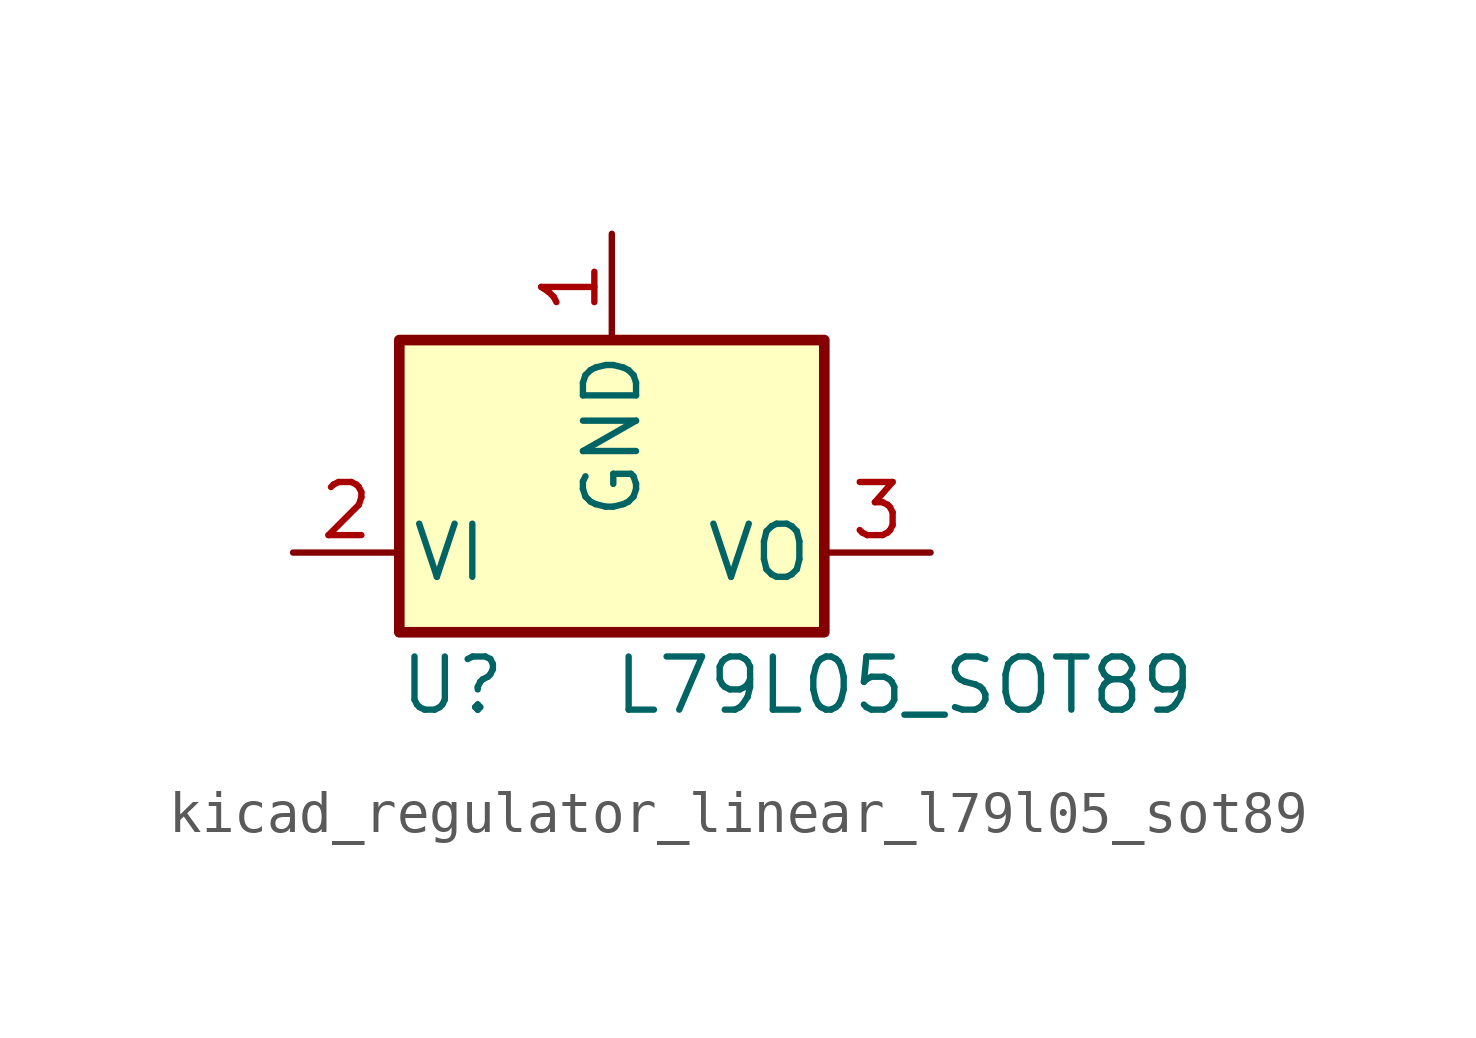
<source format=kicad_sym>
(kicad_symbol_lib
  (version 20220914)
  (generator kicad_symbol_editor)
  (symbol "kicad_regulator_linear_l79l05_sot89"
    (pin_names
      (offset 0.254))
    (property "Reference" "U"
      (at -3.81 -3.175 0)
      (effects (font (size 1.27 1.27))))
    (property "Value" "L79L05_SOT89"
      (at 0 -3.175 0)
      (effects (font (size 1.27 1.27)) (justify left)))
    (symbol "kicad_regulator_linear_l79l05_sot89_0_1"
      (rectangle (start -5.08 5.08) (end 5.08 -1.905) (stroke (width 0.254) (type default)) (fill (type background))))
    (symbol "kicad_regulator_linear_l79l05_sot89_1_1"
      (pin power_in line (at 0 7.62 270) (length 2.54) (name "GND" (effects (font (size 1.27 1.27)))) (number "1" (effects (font (size 1.27 1.27)))))
      (pin power_in line (at -7.62 0 0) (length 2.54) (name "VI" (effects (font (size 1.27 1.27)))) (number "2" (effects (font (size 1.27 1.27)))))
      (pin power_out line (at 7.62 0 180) (length 2.54) (name "VO" (effects (font (size 1.27 1.27)))) (number "3" (effects (font (size 1.27 1.27))))))))
</source>
